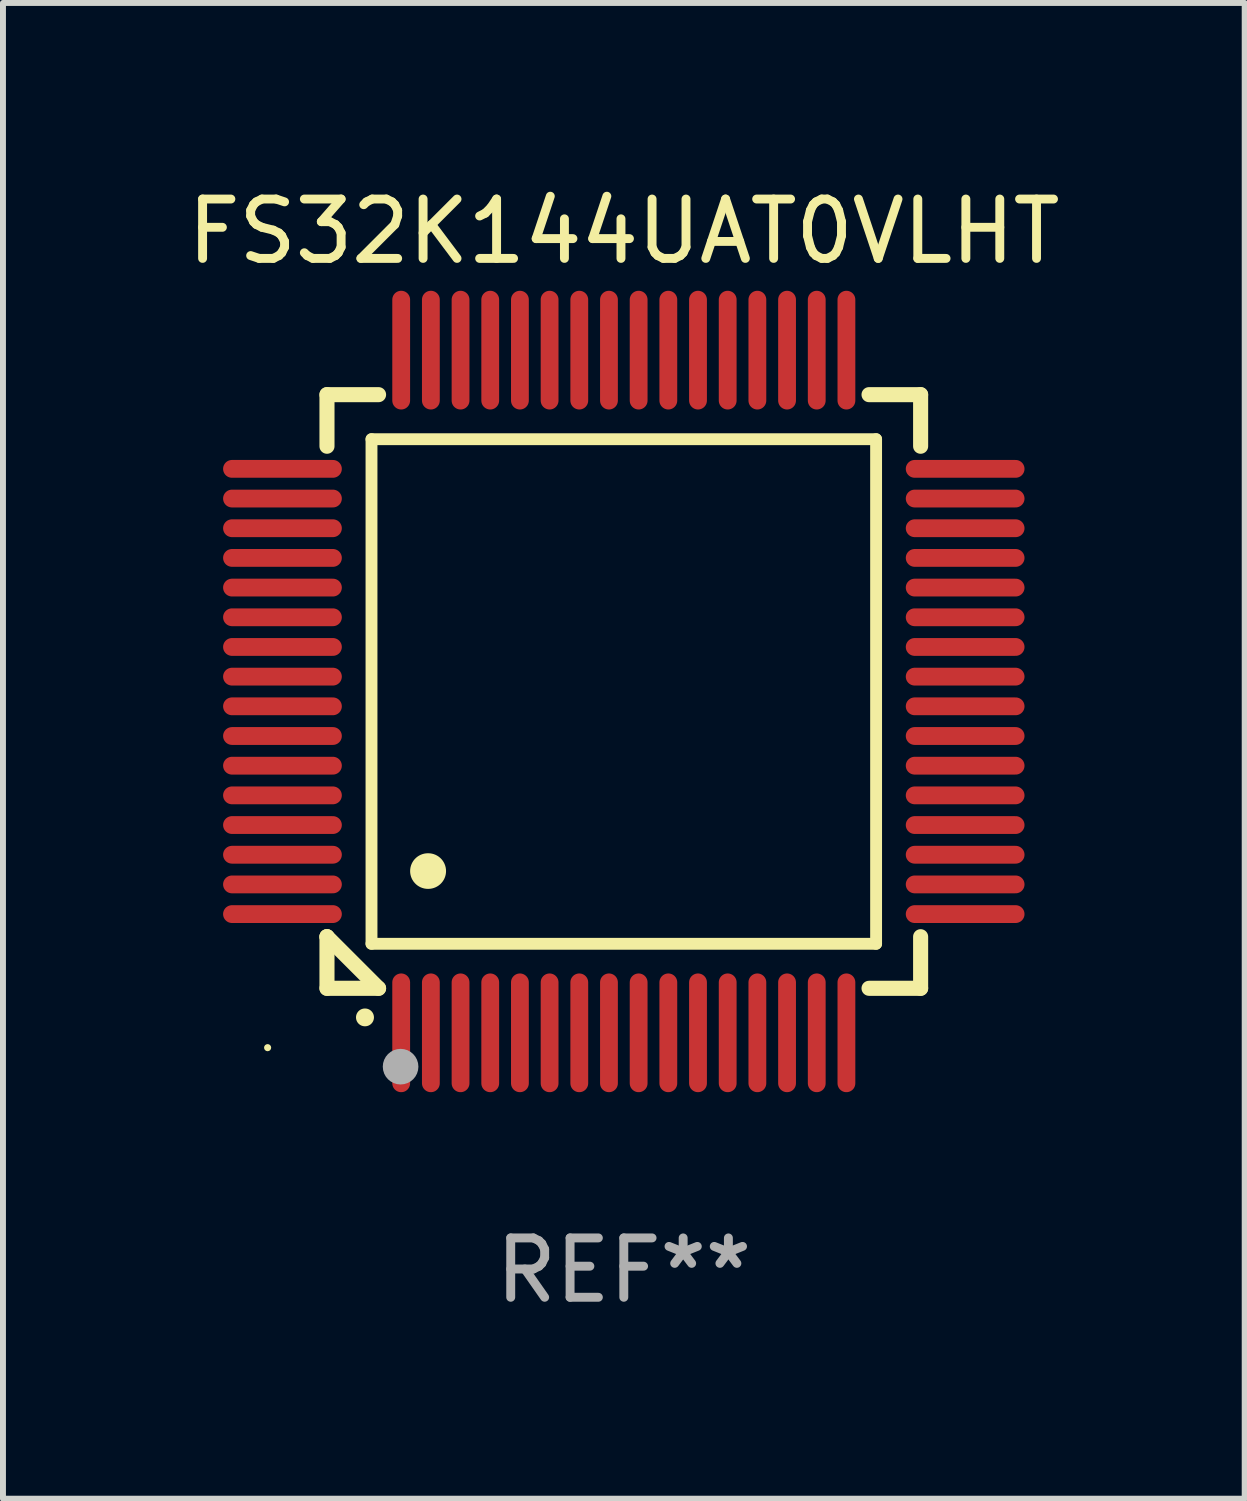
<source format=kicad_pcb>
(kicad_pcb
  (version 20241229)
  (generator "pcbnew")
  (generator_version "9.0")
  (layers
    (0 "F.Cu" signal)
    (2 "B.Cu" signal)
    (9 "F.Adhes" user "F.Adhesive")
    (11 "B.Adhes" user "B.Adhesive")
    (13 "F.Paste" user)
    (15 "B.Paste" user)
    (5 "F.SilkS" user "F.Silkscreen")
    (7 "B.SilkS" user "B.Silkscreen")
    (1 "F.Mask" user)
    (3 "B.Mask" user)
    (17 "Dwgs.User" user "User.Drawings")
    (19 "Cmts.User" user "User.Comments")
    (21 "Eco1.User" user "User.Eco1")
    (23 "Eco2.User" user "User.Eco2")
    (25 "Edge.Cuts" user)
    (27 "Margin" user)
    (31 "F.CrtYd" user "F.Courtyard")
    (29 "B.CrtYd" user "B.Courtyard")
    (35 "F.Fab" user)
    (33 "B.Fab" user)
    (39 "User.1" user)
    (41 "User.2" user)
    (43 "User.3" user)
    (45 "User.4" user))
  (footprint "FS32K144UAT0VLHT"
    (layer "F.Cu")
    (at 7.458 8.598)
    (property "Reference" "FS32K144UAT0VLHT" (at 0 -7.75 0) (layer "F.SilkS") (effects (font (size 1 1) (thickness 0.15))))
    (attr through_hole)
    (fp_line (start -5 -5) (end -4.131 -5) (stroke (width 0.254) (type solid)) (layer "F.SilkS"))
    (fp_line (start -5 -4.131) (end -5 -5) (stroke (width 0.254) (type solid)) (layer "F.SilkS"))
    (fp_line (start -5 4.131) (end -5 4.131) (stroke (width 0.254) (type solid)) (layer "F.SilkS"))
    (fp_line (start -5 5) (end -5 4.131) (stroke (width 0.254) (type solid)) (layer "F.SilkS"))
    (fp_line (start -5 4.131) (end -4.131 5) (stroke (width 0.254) (type solid)) (layer "F.SilkS"))
    (fp_line (start -4.25 -4.25) (end -4.25 4.25) (stroke (width 0.2) (type solid)) (layer "F.SilkS"))
    (fp_line (start -4.25 4.25) (end 4.25 4.25) (stroke (width 0.2) (type solid)) (layer "F.SilkS"))
    (fp_line (start -4.131 5) (end -5 5) (stroke (width 0.254) (type solid)) (layer "F.SilkS"))
    (fp_line (start 4.25 -4.25) (end -4.25 -4.25) (stroke (width 0.2) (type solid)) (layer "F.SilkS"))
    (fp_line (start 4.25 4.25) (end 4.25 -4.25) (stroke (width 0.2) (type solid)) (layer "F.SilkS"))
    (fp_line (start 5 -5) (end 4.131 -5) (stroke (width 0.254) (type solid)) (layer "F.SilkS"))
    (fp_line (start 5 -5) (end 5 -4.131) (stroke (width 0.254) (type solid)) (layer "F.SilkS"))
    (fp_line (start 5 4.131) (end 5 5) (stroke (width 0.254) (type solid)) (layer "F.SilkS"))
    (fp_line (start 5 5) (end 4.131 5) (stroke (width 0.254) (type solid)) (layer "F.SilkS"))
    (fp_arc (start -4.361265 5.489992) (mid -4.359995 5.489987) (end -4.358725 5.489992) (stroke (width 0.3) (type solid)) (layer "F.SilkS"))
    (fp_arc (start -3.299467 3.025146) (mid -3.296927 3.025135) (end -3.294387 3.025146) (stroke (width 0.6) (type solid)) (layer "F.SilkS"))
    (fp_circle (center -6 6) (end -5.97 6) (stroke (width 0.06) (type solid)) (fill no) (layer "F.SilkS"))
    (fp_circle (center -3.76 6.32) (end -3.61 6.32) (stroke (width 0.3) (type solid)) (fill no) (layer "F.Fab"))
    (fp_text user "REF**" (at 0 9.75 0) (layer "F.Fab") (effects (font (size 1 1) (thickness 0.15))))
    (pad "1" smd oval (at -3.75 5.75) (size 0.3 2) (layers "F.Cu" "F.Mask" "F.Paste"))
    (pad "2" smd oval (at -3.25 5.75) (size 0.3 2) (layers "F.Cu" "F.Mask" "F.Paste"))
    (pad "3" smd oval (at -2.75 5.75) (size 0.3 2) (layers "F.Cu" "F.Mask" "F.Paste"))
    (pad "4" smd oval (at -2.25 5.75) (size 0.3 2) (layers "F.Cu" "F.Mask" "F.Paste"))
    (pad "5" smd oval (at -1.75 5.75) (size 0.3 2) (layers "F.Cu" "F.Mask" "F.Paste"))
    (pad "6" smd oval (at -1.25 5.75) (size 0.3 2) (layers "F.Cu" "F.Mask" "F.Paste"))
    (pad "7" smd oval (at -0.75 5.75) (size 0.3 2) (layers "F.Cu" "F.Mask" "F.Paste"))
    (pad "8" smd oval (at -0.25 5.75) (size 0.3 2) (layers "F.Cu" "F.Mask" "F.Paste"))
    (pad "9" smd oval (at 0.25 5.75) (size 0.3 2) (layers "F.Cu" "F.Mask" "F.Paste"))
    (pad "10" smd oval (at 0.75 5.75) (size 0.3 2) (layers "F.Cu" "F.Mask" "F.Paste"))
    (pad "11" smd oval (at 1.25 5.75) (size 0.3 2) (layers "F.Cu" "F.Mask" "F.Paste"))
    (pad "12" smd oval (at 1.75 5.75) (size 0.3 2) (layers "F.Cu" "F.Mask" "F.Paste"))
    (pad "13" smd oval (at 2.25 5.75) (size 0.3 2) (layers "F.Cu" "F.Mask" "F.Paste"))
    (pad "14" smd oval (at 2.75 5.75) (size 0.3 2) (layers "F.Cu" "F.Mask" "F.Paste"))
    (pad "15" smd oval (at 3.25 5.75) (size 0.3 2) (layers "F.Cu" "F.Mask" "F.Paste"))
    (pad "16" smd oval (at 3.75 5.75) (size 0.3 2) (layers "F.Cu" "F.Mask" "F.Paste"))
    (pad "17" smd oval (at 5.75 3.75) (size 2 0.3) (layers "F.Cu" "F.Mask" "F.Paste"))
    (pad "18" smd oval (at 5.75 3.25) (size 2 0.3) (layers "F.Cu" "F.Mask" "F.Paste"))
    (pad "19" smd oval (at 5.75 2.75) (size 2 0.3) (layers "F.Cu" "F.Mask" "F.Paste"))
    (pad "20" smd oval (at 5.75 2.25) (size 2 0.3) (layers "F.Cu" "F.Mask" "F.Paste"))
    (pad "21" smd oval (at 5.75 1.75) (size 2 0.3) (layers "F.Cu" "F.Mask" "F.Paste"))
    (pad "22" smd oval (at 5.75 1.25) (size 2 0.3) (layers "F.Cu" "F.Mask" "F.Paste"))
    (pad "23" smd oval (at 5.75 0.75) (size 2 0.3) (layers "F.Cu" "F.Mask" "F.Paste"))
    (pad "24" smd oval (at 5.75 0.25) (size 2 0.3) (layers "F.Cu" "F.Mask" "F.Paste"))
    (pad "25" smd oval (at 5.75 -0.25) (size 2 0.3) (layers "F.Cu" "F.Mask" "F.Paste"))
    (pad "26" smd oval (at 5.75 -0.75) (size 2 0.3) (layers "F.Cu" "F.Mask" "F.Paste"))
    (pad "27" smd oval (at 5.75 -1.25) (size 2 0.3) (layers "F.Cu" "F.Mask" "F.Paste"))
    (pad "28" smd oval (at 5.75 -1.75) (size 2 0.3) (layers "F.Cu" "F.Mask" "F.Paste"))
    (pad "29" smd oval (at 5.75 -2.25) (size 2 0.3) (layers "F.Cu" "F.Mask" "F.Paste"))
    (pad "30" smd oval (at 5.75 -2.75) (size 2 0.3) (layers "F.Cu" "F.Mask" "F.Paste"))
    (pad "31" smd oval (at 5.75 -3.25) (size 2 0.3) (layers "F.Cu" "F.Mask" "F.Paste"))
    (pad "32" smd oval (at 5.75 -3.75) (size 2 0.3) (layers "F.Cu" "F.Mask" "F.Paste"))
    (pad "33" smd oval (at 3.75 -5.75) (size 0.3 2) (layers "F.Cu" "F.Mask" "F.Paste"))
    (pad "34" smd oval (at 3.25 -5.75) (size 0.3 2) (layers "F.Cu" "F.Mask" "F.Paste"))
    (pad "35" smd oval (at 2.75 -5.75) (size 0.3 2) (layers "F.Cu" "F.Mask" "F.Paste"))
    (pad "36" smd oval (at 2.25 -5.75) (size 0.3 2) (layers "F.Cu" "F.Mask" "F.Paste"))
    (pad "37" smd oval (at 1.75 -5.75) (size 0.3 2) (layers "F.Cu" "F.Mask" "F.Paste"))
    (pad "38" smd oval (at 1.25 -5.75) (size 0.3 2) (layers "F.Cu" "F.Mask" "F.Paste"))
    (pad "39" smd oval (at 0.75 -5.75) (size 0.3 2) (layers "F.Cu" "F.Mask" "F.Paste"))
    (pad "40" smd oval (at 0.25 -5.75) (size 0.3 2) (layers "F.Cu" "F.Mask" "F.Paste"))
    (pad "41" smd oval (at -0.25 -5.75) (size 0.3 2) (layers "F.Cu" "F.Mask" "F.Paste"))
    (pad "42" smd oval (at -0.75 -5.75) (size 0.3 2) (layers "F.Cu" "F.Mask" "F.Paste"))
    (pad "43" smd oval (at -1.25 -5.75) (size 0.3 2) (layers "F.Cu" "F.Mask" "F.Paste"))
    (pad "44" smd oval (at -1.75 -5.75) (size 0.3 2) (layers "F.Cu" "F.Mask" "F.Paste"))
    (pad "45" smd oval (at -2.25 -5.75) (size 0.3 2) (layers "F.Cu" "F.Mask" "F.Paste"))
    (pad "46" smd oval (at -2.75 -5.75) (size 0.3 2) (layers "F.Cu" "F.Mask" "F.Paste"))
    (pad "47" smd oval (at -3.25 -5.75) (size 0.3 2) (layers "F.Cu" "F.Mask" "F.Paste"))
    (pad "48" smd oval (at -3.75 -5.75) (size 0.3 2) (layers "F.Cu" "F.Mask" "F.Paste"))
    (pad "49" smd oval (at -5.75 -3.75) (size 2 0.3) (layers "F.Cu" "F.Mask" "F.Paste"))
    (pad "50" smd oval (at -5.75 -3.25) (size 2 0.3) (layers "F.Cu" "F.Mask" "F.Paste"))
    (pad "51" smd oval (at -5.75 -2.75) (size 2 0.3) (layers "F.Cu" "F.Mask" "F.Paste"))
    (pad "52" smd oval (at -5.75 -2.25) (size 2 0.3) (layers "F.Cu" "F.Mask" "F.Paste"))
    (pad "53" smd oval (at -5.75 -1.75) (size 2 0.3) (layers "F.Cu" "F.Mask" "F.Paste"))
    (pad "54" smd oval (at -5.75 -1.25) (size 2 0.3) (layers "F.Cu" "F.Mask" "F.Paste"))
    (pad "55" smd oval (at -5.75 -0.75) (size 2 0.3) (layers "F.Cu" "F.Mask" "F.Paste"))
    (pad "56" smd oval (at -5.75 -0.25) (size 2 0.3) (layers "F.Cu" "F.Mask" "F.Paste"))
    (pad "57" smd oval (at -5.75 0.25) (size 2 0.3) (layers "F.Cu" "F.Mask" "F.Paste"))
    (pad "58" smd oval (at -5.75 0.75) (size 2 0.3) (layers "F.Cu" "F.Mask" "F.Paste"))
    (pad "59" smd oval (at -5.75 1.25) (size 2 0.3) (layers "F.Cu" "F.Mask" "F.Paste"))
    (pad "60" smd oval (at -5.75 1.75) (size 2 0.3) (layers "F.Cu" "F.Mask" "F.Paste"))
    (pad "61" smd oval (at -5.75 2.25) (size 2 0.3) (layers "F.Cu" "F.Mask" "F.Paste"))
    (pad "62" smd oval (at -5.75 2.75) (size 2 0.3) (layers "F.Cu" "F.Mask" "F.Paste"))
    (pad "63" smd oval (at -5.75 3.25) (size 2 0.3) (layers "F.Cu" "F.Mask" "F.Paste"))
    (pad "64" smd oval (at -5.75 3.75) (size 2 0.3) (layers "F.Cu" "F.Mask" "F.Paste")))
  (gr_rect
    (start -3 -3)
    (end 17.917 22.196)
    (stroke (width 0.1) (type default))
    (fill no)
    (layer "Edge.Cuts")))
</source>
